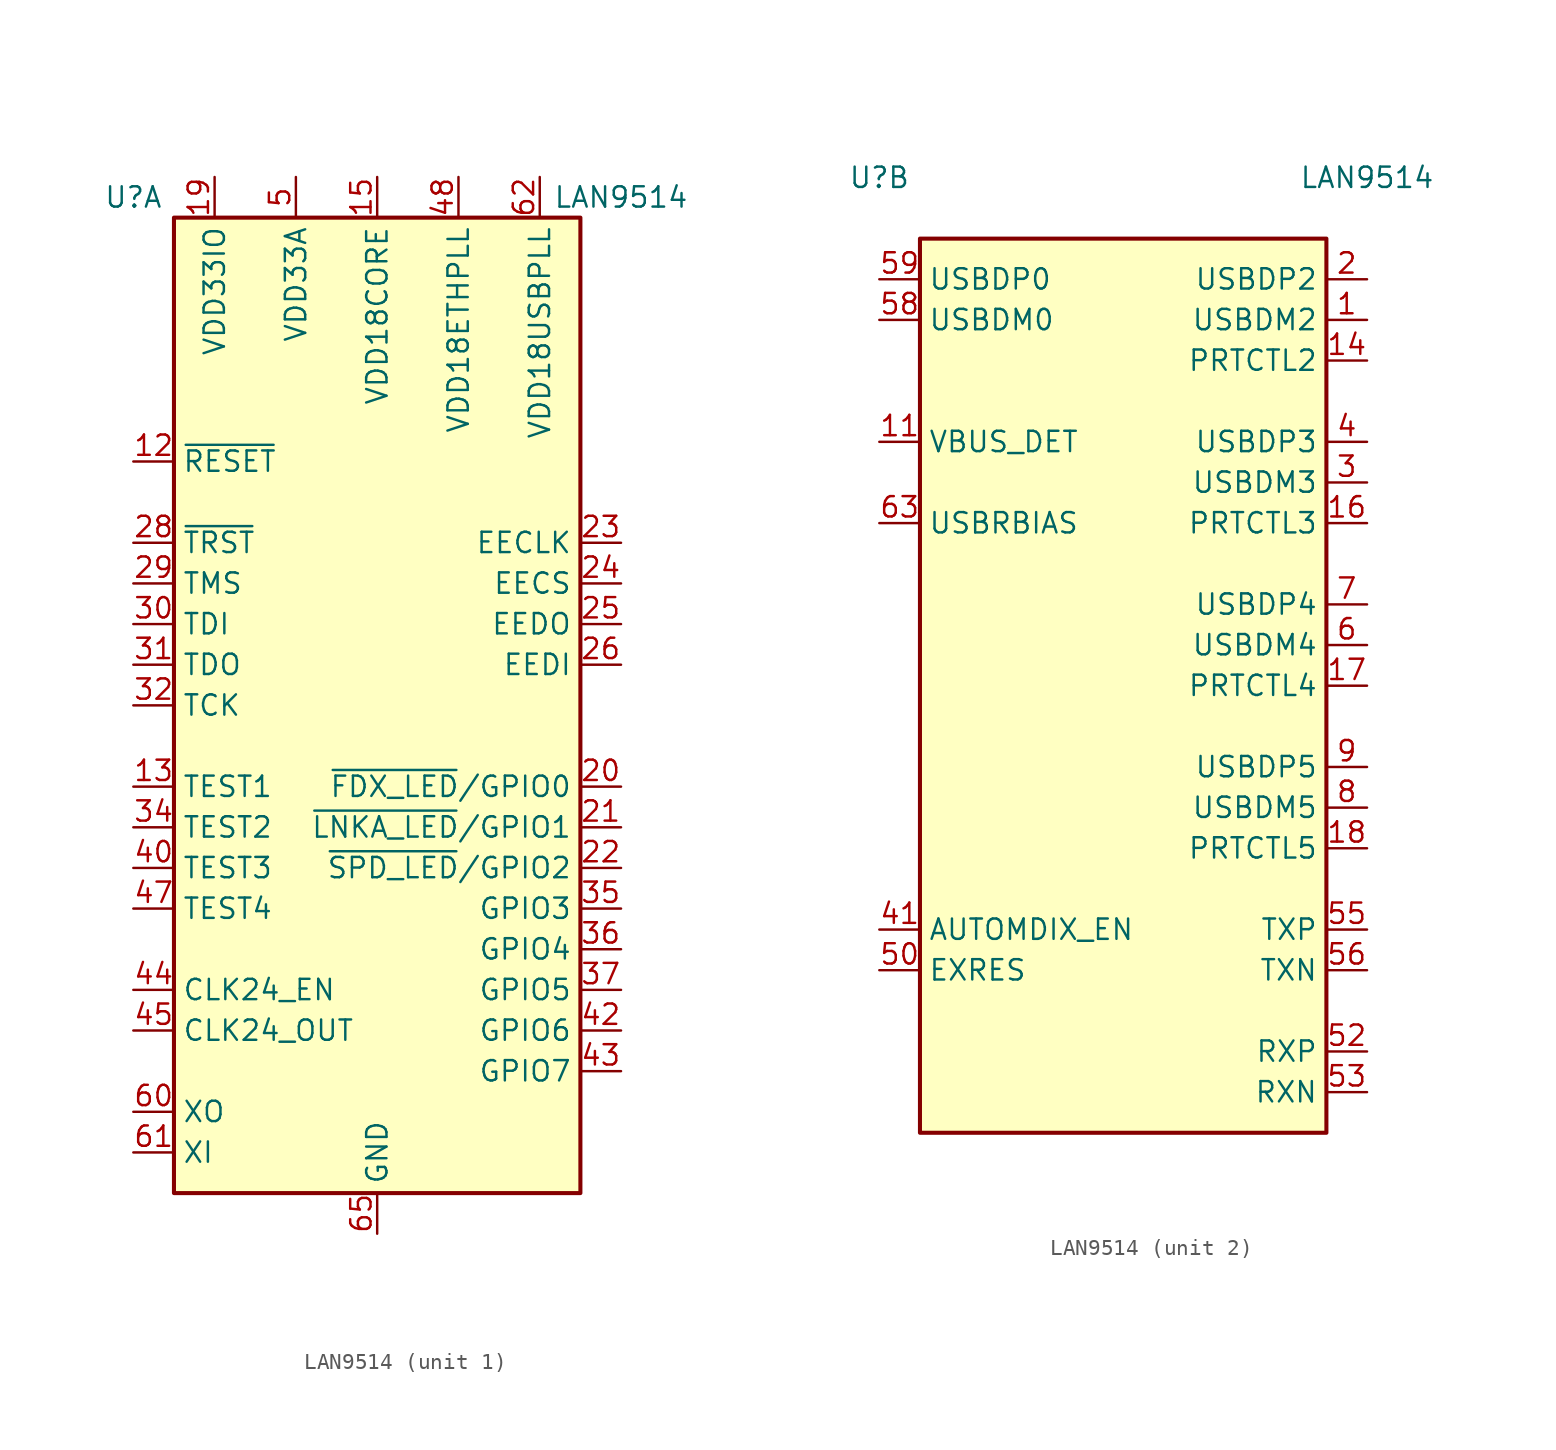
<source format=kicad_sym>
(kicad_symbol_lib
  (version 20220914)
  (generator kicad_symbol_editor)
  (symbol "LAN9514"
    (property "Reference" "U"
      (at -15.24 31.75 0)
      (effects (font (size 1.27 1.27))))
    (property "Value" "LAN9514"
      (at 15.24 31.75 0)
      (effects (font (size 1.27 1.27))))
    (property "ki_locked" ""
      (at 0 0 0)
      (effects (font (size 1.27 1.27))))
    (symbol "LAN9514_1_1"
      (rectangle (start -12.7 30.48) (end 12.7 -30.48) (stroke (width 0.254) (type default)) (fill (type background)))
      (pin passive line (at -5.08 33.02 270) (length 2.54) hide (name "VDD33A" (effects (font (size 1.27 1.27)))) (number "10" (effects (font (size 1.27 1.27)))))
      (pin input line (at -15.24 15.24 0) (length 2.54) (name "~{RESET}" (effects (font (size 1.27 1.27)))) (number "12" (effects (font (size 1.27 1.27)))))
      (pin input line (at -15.24 -5.08 0) (length 2.54) (name "TEST1" (effects (font (size 1.27 1.27)))) (number "13" (effects (font (size 1.27 1.27)))))
      (pin power_in line (at 0 33.02 270) (length 2.54) (name "VDD18CORE" (effects (font (size 1.27 1.27)))) (number "15" (effects (font (size 1.27 1.27)))))
      (pin power_in line (at -10.16 33.02 270) (length 2.54) (name "VDD33IO" (effects (font (size 1.27 1.27)))) (number "19" (effects (font (size 1.27 1.27)))))
      (pin bidirectional line (at 15.24 -5.08 180) (length 2.54) (name "~{FDX_LED}/GPIO0" (effects (font (size 1.27 1.27)))) (number "20" (effects (font (size 1.27 1.27)))))
      (pin bidirectional line (at 15.24 -7.62 180) (length 2.54) (name "~{LNKA_LED}/GPIO1" (effects (font (size 1.27 1.27)))) (number "21" (effects (font (size 1.27 1.27)))))
      (pin bidirectional line (at 15.24 -10.16 180) (length 2.54) (name "~{SPD_LED}/GPIO2" (effects (font (size 1.27 1.27)))) (number "22" (effects (font (size 1.27 1.27)))))
      (pin output line (at 15.24 10.16 180) (length 2.54) (name "EECLK" (effects (font (size 1.27 1.27)))) (number "23" (effects (font (size 1.27 1.27)))))
      (pin output line (at 15.24 7.62 180) (length 2.54) (name "EECS" (effects (font (size 1.27 1.27)))) (number "24" (effects (font (size 1.27 1.27)))))
      (pin output line (at 15.24 5.08 180) (length 2.54) (name "EEDO" (effects (font (size 1.27 1.27)))) (number "25" (effects (font (size 1.27 1.27)))))
      (pin input line (at 15.24 2.54 180) (length 2.54) (name "EEDI" (effects (font (size 1.27 1.27)))) (number "26" (effects (font (size 1.27 1.27)))))
      (pin passive line (at -10.16 33.02 270) (length 2.54) hide (name "VDD33IO" (effects (font (size 1.27 1.27)))) (number "27" (effects (font (size 1.27 1.27)))))
      (pin input line (at -15.24 10.16 0) (length 2.54) (name "~{TRST}" (effects (font (size 1.27 1.27)))) (number "28" (effects (font (size 1.27 1.27)))))
      (pin input line (at -15.24 7.62 0) (length 2.54) (name "TMS" (effects (font (size 1.27 1.27)))) (number "29" (effects (font (size 1.27 1.27)))))
      (pin input line (at -15.24 5.08 0) (length 2.54) (name "TDI" (effects (font (size 1.27 1.27)))) (number "30" (effects (font (size 1.27 1.27)))))
      (pin output line (at -15.24 2.54 0) (length 2.54) (name "TDO" (effects (font (size 1.27 1.27)))) (number "31" (effects (font (size 1.27 1.27)))))
      (pin input line (at -15.24 0 0) (length 2.54) (name "TCK" (effects (font (size 1.27 1.27)))) (number "32" (effects (font (size 1.27 1.27)))))
      (pin passive line (at -10.16 33.02 270) (length 2.54) hide (name "VDD33IO" (effects (font (size 1.27 1.27)))) (number "33" (effects (font (size 1.27 1.27)))))
      (pin input line (at -15.24 -7.62 0) (length 2.54) (name "TEST2" (effects (font (size 1.27 1.27)))) (number "34" (effects (font (size 1.27 1.27)))))
      (pin bidirectional line (at 15.24 -12.7 180) (length 2.54) (name "GPIO3" (effects (font (size 1.27 1.27)))) (number "35" (effects (font (size 1.27 1.27)))))
      (pin bidirectional line (at 15.24 -15.24 180) (length 2.54) (name "GPIO4" (effects (font (size 1.27 1.27)))) (number "36" (effects (font (size 1.27 1.27)))))
      (pin bidirectional line (at 15.24 -17.78 180) (length 2.54) (name "GPIO5" (effects (font (size 1.27 1.27)))) (number "37" (effects (font (size 1.27 1.27)))))
      (pin passive line (at 0 33.02 270) (length 2.54) hide (name "VDD18CORE" (effects (font (size 1.27 1.27)))) (number "38" (effects (font (size 1.27 1.27)))))
      (pin passive line (at -10.16 33.02 270) (length 2.54) hide (name "VDD33IO" (effects (font (size 1.27 1.27)))) (number "39" (effects (font (size 1.27 1.27)))))
      (pin input line (at -15.24 -10.16 0) (length 2.54) (name "TEST3" (effects (font (size 1.27 1.27)))) (number "40" (effects (font (size 1.27 1.27)))))
      (pin bidirectional line (at 15.24 -20.32 180) (length 2.54) (name "GPIO6" (effects (font (size 1.27 1.27)))) (number "42" (effects (font (size 1.27 1.27)))))
      (pin bidirectional line (at 15.24 -22.86 180) (length 2.54) (name "GPIO7" (effects (font (size 1.27 1.27)))) (number "43" (effects (font (size 1.27 1.27)))))
      (pin input line (at -15.24 -17.78 0) (length 2.54) (name "CLK24_EN" (effects (font (size 1.27 1.27)))) (number "44" (effects (font (size 1.27 1.27)))))
      (pin output line (at -15.24 -20.32 0) (length 2.54) (name "CLK24_OUT" (effects (font (size 1.27 1.27)))) (number "45" (effects (font (size 1.27 1.27)))))
      (pin passive line (at -10.16 33.02 270) (length 2.54) hide (name "VDD33IO" (effects (font (size 1.27 1.27)))) (number "46" (effects (font (size 1.27 1.27)))))
      (pin input line (at -15.24 -12.7 0) (length 2.54) (name "TEST4" (effects (font (size 1.27 1.27)))) (number "47" (effects (font (size 1.27 1.27)))))
      (pin power_in line (at 5.08 33.02 270) (length 2.54) (name "VDD18ETHPLL" (effects (font (size 1.27 1.27)))) (number "48" (effects (font (size 1.27 1.27)))))
      (pin passive line (at -5.08 33.02 270) (length 2.54) hide (name "VDD33A" (effects (font (size 1.27 1.27)))) (number "49" (effects (font (size 1.27 1.27)))))
      (pin power_in line (at -5.08 33.02 270) (length 2.54) (name "VDD33A" (effects (font (size 1.27 1.27)))) (number "5" (effects (font (size 1.27 1.27)))))
      (pin passive line (at -5.08 33.02 270) (length 2.54) hide (name "VDD33A" (effects (font (size 1.27 1.27)))) (number "51" (effects (font (size 1.27 1.27)))))
      (pin passive line (at -5.08 33.02 270) (length 2.54) hide (name "VDD33A" (effects (font (size 1.27 1.27)))) (number "54" (effects (font (size 1.27 1.27)))))
      (pin passive line (at -5.08 33.02 270) (length 2.54) hide (name "VDD33A" (effects (font (size 1.27 1.27)))) (number "57" (effects (font (size 1.27 1.27)))))
      (pin input line (at -15.24 -25.4 0) (length 2.54) (name "XO" (effects (font (size 1.27 1.27)))) (number "60" (effects (font (size 1.27 1.27)))))
      (pin input line (at -15.24 -27.94 0) (length 2.54) (name "XI" (effects (font (size 1.27 1.27)))) (number "61" (effects (font (size 1.27 1.27)))))
      (pin power_in line (at 10.16 33.02 270) (length 2.54) (name "VDD18USBPLL" (effects (font (size 1.27 1.27)))) (number "62" (effects (font (size 1.27 1.27)))))
      (pin passive line (at -5.08 33.02 270) (length 2.54) hide (name "VDD33A" (effects (font (size 1.27 1.27)))) (number "64" (effects (font (size 1.27 1.27)))))
      (pin power_in line (at 0 -33.02 90) (length 2.54) (name "GND" (effects (font (size 1.27 1.27)))) (number "65" (effects (font (size 1.27 1.27))))))
    (symbol "LAN9514_2_1"
      (rectangle (start 12.7 -27.94) (end -12.7 27.94) (stroke (width 0.254) (type default)) (fill (type background)))
      (pin bidirectional line (at 15.24 22.86 180) (length 2.54) (name "USBDM2" (effects (font (size 1.27 1.27)))) (number "1" (effects (font (size 1.27 1.27)))))
      (pin input line (at -15.24 15.24 0) (length 2.54) (name "VBUS_DET" (effects (font (size 1.27 1.27)))) (number "11" (effects (font (size 1.27 1.27)))))
      (pin bidirectional line (at 15.24 20.32 180) (length 2.54) (name "PRTCTL2" (effects (font (size 1.27 1.27)))) (number "14" (effects (font (size 1.27 1.27)))))
      (pin bidirectional line (at 15.24 10.16 180) (length 2.54) (name "PRTCTL3" (effects (font (size 1.27 1.27)))) (number "16" (effects (font (size 1.27 1.27)))))
      (pin bidirectional line (at 15.24 0 180) (length 2.54) (name "PRTCTL4" (effects (font (size 1.27 1.27)))) (number "17" (effects (font (size 1.27 1.27)))))
      (pin bidirectional line (at 15.24 -10.16 180) (length 2.54) (name "PRTCTL5" (effects (font (size 1.27 1.27)))) (number "18" (effects (font (size 1.27 1.27)))))
      (pin bidirectional line (at 15.24 25.4 180) (length 2.54) (name "USBDP2" (effects (font (size 1.27 1.27)))) (number "2" (effects (font (size 1.27 1.27)))))
      (pin bidirectional line (at 15.24 12.7 180) (length 2.54) (name "USBDM3" (effects (font (size 1.27 1.27)))) (number "3" (effects (font (size 1.27 1.27)))))
      (pin bidirectional line (at 15.24 15.24 180) (length 2.54) (name "USBDP3" (effects (font (size 1.27 1.27)))) (number "4" (effects (font (size 1.27 1.27)))))
      (pin input line (at -15.24 -15.24 0) (length 2.54) (name "AUTOMDIX_EN" (effects (font (size 1.27 1.27)))) (number "41" (effects (font (size 1.27 1.27)))))
      (pin input line (at -15.24 -17.78 0) (length 2.54) (name "EXRES" (effects (font (size 1.27 1.27)))) (number "50" (effects (font (size 1.27 1.27)))))
      (pin input line (at 15.24 -22.86 180) (length 2.54) (name "RXP" (effects (font (size 1.27 1.27)))) (number "52" (effects (font (size 1.27 1.27)))))
      (pin input line (at 15.24 -25.4 180) (length 2.54) (name "RXN" (effects (font (size 1.27 1.27)))) (number "53" (effects (font (size 1.27 1.27)))))
      (pin output line (at 15.24 -15.24 180) (length 2.54) (name "TXP" (effects (font (size 1.27 1.27)))) (number "55" (effects (font (size 1.27 1.27)))))
      (pin output line (at 15.24 -17.78 180) (length 2.54) (name "TXN" (effects (font (size 1.27 1.27)))) (number "56" (effects (font (size 1.27 1.27)))))
      (pin bidirectional line (at -15.24 22.86 0) (length 2.54) (name "USBDM0" (effects (font (size 1.27 1.27)))) (number "58" (effects (font (size 1.27 1.27)))))
      (pin bidirectional line (at -15.24 25.4 0) (length 2.54) (name "USBDP0" (effects (font (size 1.27 1.27)))) (number "59" (effects (font (size 1.27 1.27)))))
      (pin bidirectional line (at 15.24 2.54 180) (length 2.54) (name "USBDM4" (effects (font (size 1.27 1.27)))) (number "6" (effects (font (size 1.27 1.27)))))
      (pin input line (at -15.24 10.16 0) (length 2.54) (name "USBRBIAS" (effects (font (size 1.27 1.27)))) (number "63" (effects (font (size 1.27 1.27)))))
      (pin bidirectional line (at 15.24 5.08 180) (length 2.54) (name "USBDP4" (effects (font (size 1.27 1.27)))) (number "7" (effects (font (size 1.27 1.27)))))
      (pin bidirectional line (at 15.24 -7.62 180) (length 2.54) (name "USBDM5" (effects (font (size 1.27 1.27)))) (number "8" (effects (font (size 1.27 1.27)))))
      (pin bidirectional line (at 15.24 -5.08 180) (length 2.54) (name "USBDP5" (effects (font (size 1.27 1.27)))) (number "9" (effects (font (size 1.27 1.27))))))))
</source>
